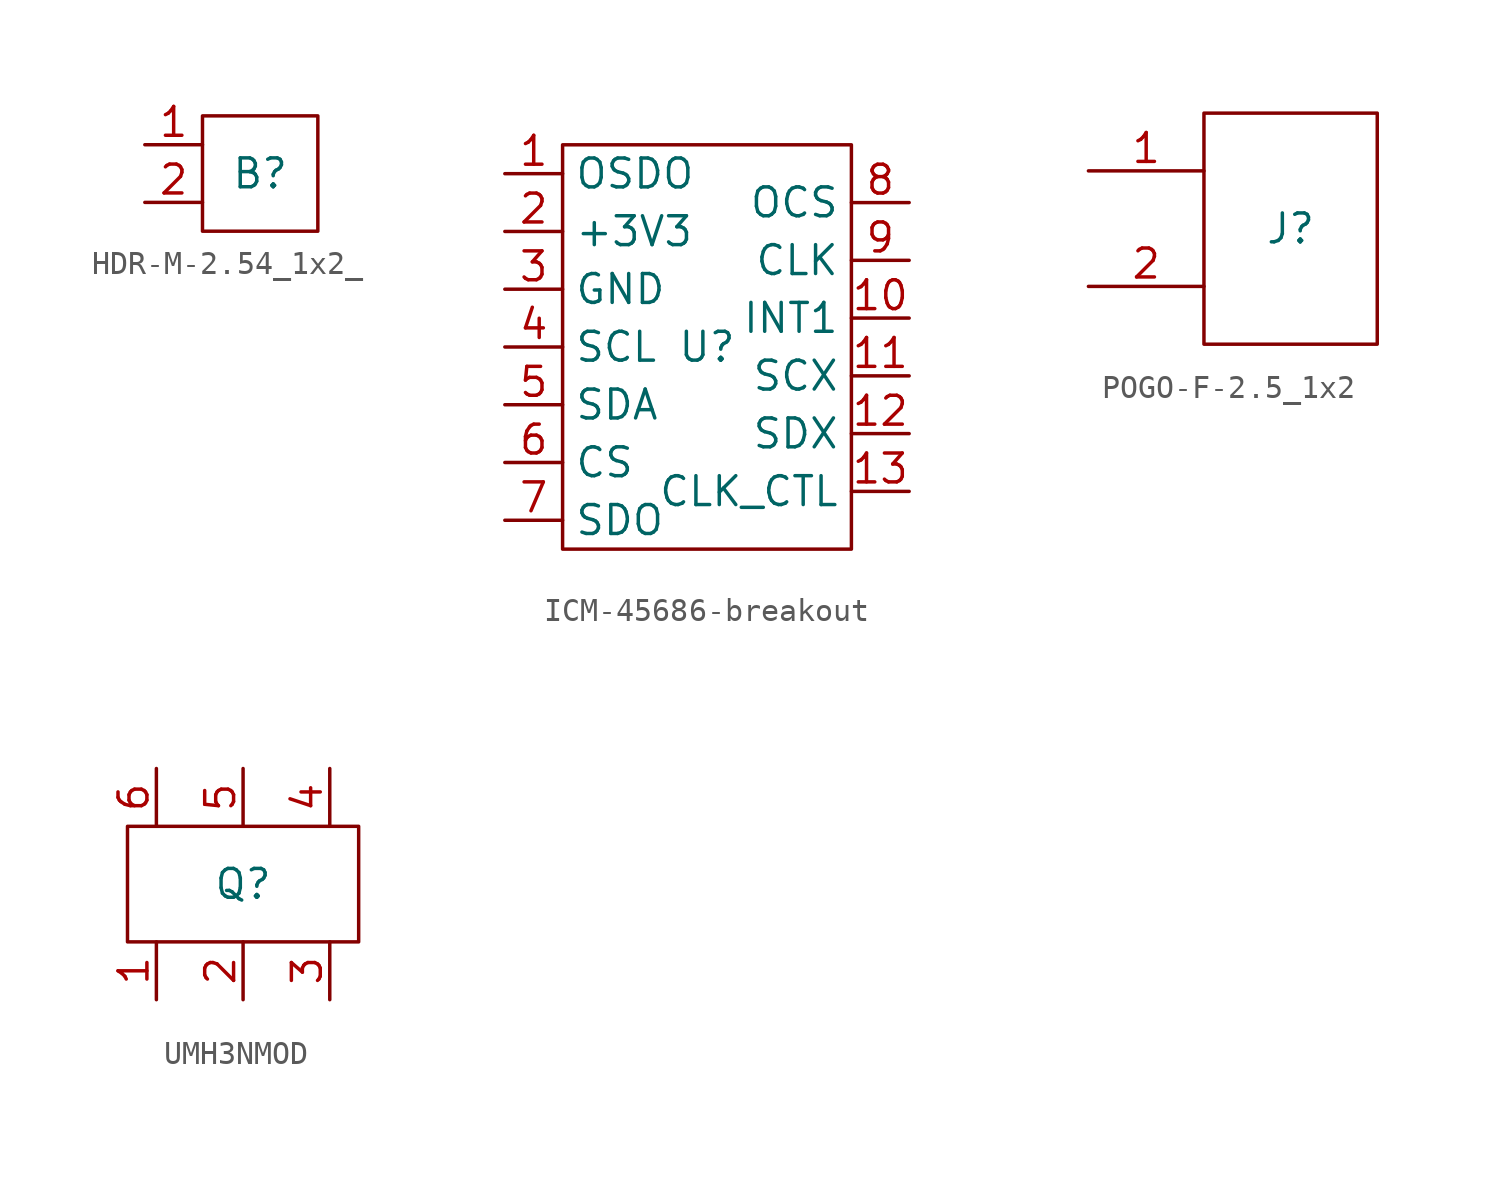
<source format=kicad_sym>
(kicad_symbol_lib
  (version 20241209)
  (generator "kicad_symbol_editor")
  (generator_version "9.0")
  (symbol "HDR-M-2.54_1x2_"
    (property "Reference" "B"
      (at 0 0 0)
      (effects (font (size 1.27 1.27))))
    (property "Value" ""
      (at 0 0 0)
      (effects (font (size 1.27 1.27))))
    (symbol "HDR-M-2.54_1x2__0_1"
      (rectangle (start -2.54 2.54) (end 2.54 -2.54) (stroke (width 0) (type default)) (fill (type none))))
    (symbol "HDR-M-2.54_1x2__1_1"
      (pin passive line (at -5.08 1.27 0) (length 2.54) (name "" (effects (font (size 1.27 1.27)))) (number "1" (effects (font (size 1.27 1.27)))))
      (pin passive line (at -5.08 -1.27 0) (length 2.54) (name "" (effects (font (size 1.27 1.27)))) (number "2" (effects (font (size 1.27 1.27)))))))
  (symbol "ICM-45686-breakout"
    (property "Reference" "U"
      (at 0 0 0)
      (effects (font (size 1.27 1.27))))
    (property "Value" ""
      (at 0 0 0)
      (effects (font (size 1.27 1.27))))
    (symbol "ICM-45686-breakout_0_1"
      (rectangle (start -6.35 8.89) (end 6.35 -8.89) (stroke (width 0) (type default)) (fill (type none))))
    (symbol "ICM-45686-breakout_1_1"
      (pin input line (at -8.89 7.62 0) (length 2.54) (name "OSDO" (effects (font (size 1.27 1.27)))) (number "1" (effects (font (size 1.27 1.27)))))
      (pin power_in line (at -8.89 5.08 0) (length 2.54) (name "+3V3" (effects (font (size 1.27 1.27)))) (number "2" (effects (font (size 1.27 1.27)))))
      (pin power_in line (at -8.89 2.54 0) (length 2.54) (name "GND" (effects (font (size 1.27 1.27)))) (number "3" (effects (font (size 1.27 1.27)))))
      (pin bidirectional line (at -8.89 0 0) (length 2.54) (name "SCL" (effects (font (size 1.27 1.27)))) (number "4" (effects (font (size 1.27 1.27)))))
      (pin bidirectional line (at -8.89 -2.54 0) (length 2.54) (name "SDA" (effects (font (size 1.27 1.27)))) (number "5" (effects (font (size 1.27 1.27)))))
      (pin bidirectional line (at -8.89 -5.08 0) (length 2.54) (name "CS" (effects (font (size 1.27 1.27)))) (number "6" (effects (font (size 1.27 1.27)))))
      (pin bidirectional line (at -8.89 -7.62 0) (length 2.54) (name "SDO" (effects (font (size 1.27 1.27)))) (number "7" (effects (font (size 1.27 1.27)))))
      (pin bidirectional line (at 8.89 6.35 180) (length 2.54) (name "OCS" (effects (font (size 1.27 1.27)))) (number "8" (effects (font (size 1.27 1.27)))))
      (pin output line (at 8.89 3.81 180) (length 2.54) (name "CLK" (effects (font (size 1.27 1.27)))) (number "9" (effects (font (size 1.27 1.27)))))
      (pin input line (at 8.89 1.27 180) (length 2.54) (name "INT1" (effects (font (size 1.27 1.27)))) (number "10" (effects (font (size 1.27 1.27)))))
      (pin output line (at 8.89 -1.27 180) (length 2.54) (name "SCX" (effects (font (size 1.27 1.27)))) (number "11" (effects (font (size 1.27 1.27)))))
      (pin output line (at 8.89 -3.81 180) (length 2.54) (name "SDX" (effects (font (size 1.27 1.27)))) (number "12" (effects (font (size 1.27 1.27)))))
      (pin input line (at 8.89 -6.35 180) (length 2.54) (name "CLK_CTL" (effects (font (size 1.27 1.27)))) (number "13" (effects (font (size 1.27 1.27)))))))
  (symbol "POGO-F-2.5_1x2"
    (property "Reference" "J"
      (at 0 0 0)
      (effects (font (size 1.27 1.27))))
    (property "Value" ""
      (at 0 0 0)
      (effects (font (size 1.27 1.27))))
    (symbol "POGO-F-2.5_1x2_0_1"
      (rectangle (start -3.81 5.08) (end 3.81 -5.08) (stroke (width 0) (type default)) (fill (type none))))
    (symbol "POGO-F-2.5_1x2_1_1"
      (pin passive line (at -8.89 2.54 0) (length 5.08) (name "" (effects (font (size 1.27 1.27)))) (number "1" (effects (font (size 1.27 1.27)))))
      (pin passive line (at -8.89 -2.54 0) (length 5.08) (name "" (effects (font (size 1.27 1.27)))) (number "2" (effects (font (size 1.27 1.27)))))))
  (symbol "UMH3NMOD"
    (property "Reference" "Q"
      (at 0 0 0)
      (effects (font (size 1.27 1.27))))
    (property "Value" ""
      (at 0 0 0)
      (effects (font (size 1.27 1.27))))
    (symbol "UMH3NMOD_0_1"
      (rectangle (start -5.08 2.54) (end 5.08 -2.54) (stroke (width 0) (type default)) (fill (type none))))
    (symbol "UMH3NMOD_1_1"
      (pin passive line (at -3.81 5.08 270) (length 2.54) (name "" (effects (font (size 1.27 1.27)))) (number "6" (effects (font (size 1.27 1.27)))))
      (pin passive line (at -3.81 -5.08 90) (length 2.54) (name "" (effects (font (size 1.27 1.27)))) (number "1" (effects (font (size 1.27 1.27)))))
      (pin passive line (at 0 5.08 270) (length 2.54) (name "" (effects (font (size 1.27 1.27)))) (number "5" (effects (font (size 1.27 1.27)))))
      (pin passive line (at 0 -5.08 90) (length 2.54) (name "" (effects (font (size 1.27 1.27)))) (number "2" (effects (font (size 1.27 1.27)))))
      (pin passive line (at 3.81 5.08 270) (length 2.54) (name "" (effects (font (size 1.27 1.27)))) (number "4" (effects (font (size 1.27 1.27)))))
      (pin passive line (at 3.81 -5.08 90) (length 2.54) (name "" (effects (font (size 1.27 1.27)))) (number "3" (effects (font (size 1.27 1.27))))))))
</source>
